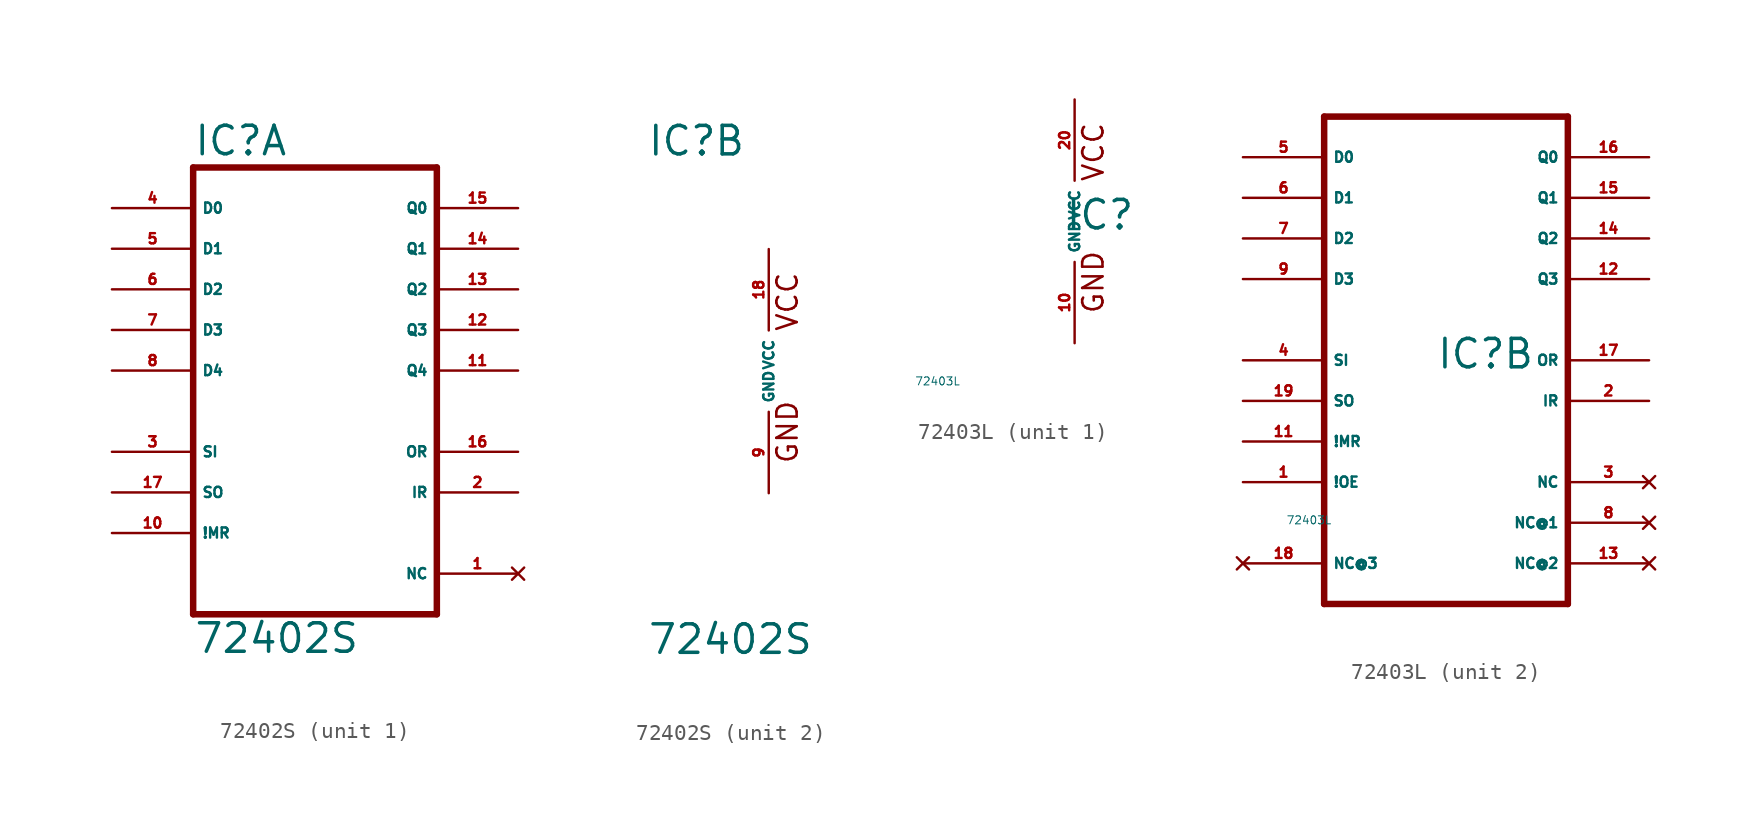
<source format=kicad_sym>
(kicad_symbol_lib
  (version 20220914)
  (generator Eagle2Kicad)
  (symbol "72402S"
    (property "Reference" "IC"
      (at -7.62 13.335 0)
      (effects (font (size 1.778 1.778) (thickness 0.22)) (justify left bottom)))
    (property "Value" "72402S"
      (at -7.62 -17.78 0)
      (effects (font (size 1.778 1.778) (thickness 0.22)) (justify left bottom)))
    (symbol "72402S_1_0"
      (polyline (pts (xy -7.62 -15.24) (xy 7.62 -15.24)) (stroke (width 0.406) (type default)) (fill (type none)))
      (polyline (pts (xy 7.62 -15.24) (xy 7.62 12.7)) (stroke (width 0.406) (type default)) (fill (type none)))
      (polyline (pts (xy 7.62 12.7) (xy -7.62 12.7)) (stroke (width 0.406) (type default)) (fill (type none)))
      (polyline (pts (xy -7.62 12.7) (xy -7.62 -15.24)) (stroke (width 0.406) (type default)) (fill (type none)))
      (pin input line (at -12.7 10.16 0) (length 5.08) (name "D0" (effects (font (size 0.635 0.635) (thickness 0.08)) (justify left bottom))) (number "4" (effects (font (size 0.635 0.635) (thickness 0.08)) (justify left bottom))))
      (pin input line (at -12.7 7.62 0) (length 5.08) (name "D1" (effects (font (size 0.635 0.635) (thickness 0.08)) (justify left bottom))) (number "5" (effects (font (size 0.635 0.635) (thickness 0.08)) (justify left bottom))))
      (pin input line (at -12.7 5.08 0) (length 5.08) (name "D2" (effects (font (size 0.635 0.635) (thickness 0.08)) (justify left bottom))) (number "6" (effects (font (size 0.635 0.635) (thickness 0.08)) (justify left bottom))))
      (pin input line (at -12.7 2.54 0) (length 5.08) (name "D3" (effects (font (size 0.635 0.635) (thickness 0.08)) (justify left bottom))) (number "7" (effects (font (size 0.635 0.635) (thickness 0.08)) (justify left bottom))))
      (pin input line (at -12.7 -5.08 0) (length 5.08) (name "SI" (effects (font (size 0.635 0.635) (thickness 0.08)) (justify left bottom))) (number "3" (effects (font (size 0.635 0.635) (thickness 0.08)) (justify left bottom))))
      (pin input line (at -12.7 -10.16 0) (length 5.08) (name "!MR" (effects (font (size 0.635 0.635) (thickness 0.08)) (justify left bottom))) (number "10" (effects (font (size 0.635 0.635) (thickness 0.08)) (justify left bottom))))
      (pin output line (at 12.7 10.16 180) (length 5.08) (name "Q0" (effects (font (size 0.635 0.635) (thickness 0.08)) (justify left bottom))) (number "15" (effects (font (size 0.635 0.635) (thickness 0.08)) (justify left bottom))))
      (pin output line (at 12.7 7.62 180) (length 5.08) (name "Q1" (effects (font (size 0.635 0.635) (thickness 0.08)) (justify left bottom))) (number "14" (effects (font (size 0.635 0.635) (thickness 0.08)) (justify left bottom))))
      (pin output line (at 12.7 5.08 180) (length 5.08) (name "Q2" (effects (font (size 0.635 0.635) (thickness 0.08)) (justify left bottom))) (number "13" (effects (font (size 0.635 0.635) (thickness 0.08)) (justify left bottom))))
      (pin output line (at 12.7 2.54 180) (length 5.08) (name "Q3" (effects (font (size 0.635 0.635) (thickness 0.08)) (justify left bottom))) (number "12" (effects (font (size 0.635 0.635) (thickness 0.08)) (justify left bottom))))
      (pin output line (at 12.7 -5.08 180) (length 5.08) (name "OR" (effects (font (size 0.635 0.635) (thickness 0.08)) (justify left bottom))) (number "16" (effects (font (size 0.635 0.635) (thickness 0.08)) (justify left bottom))))
      (pin no_connect line (at 12.7 -12.7 180) (length 5.08) (name "NC" (effects (font (size 0.635 0.635) (thickness 0.08)) (justify left bottom) hide)) (number "1" (effects (font (size 0.635 0.635) (thickness 0.08)) (justify left bottom) hide)))
      (pin input line (at -12.7 -7.62 0) (length 5.08) (name "SO" (effects (font (size 0.635 0.635) (thickness 0.08)) (justify left bottom))) (number "17" (effects (font (size 0.635 0.635) (thickness 0.08)) (justify left bottom))))
      (pin output line (at 12.7 -7.62 180) (length 5.08) (name "IR" (effects (font (size 0.635 0.635) (thickness 0.08)) (justify left bottom))) (number "2" (effects (font (size 0.635 0.635) (thickness 0.08)) (justify left bottom))))
      (pin input line (at -12.7 0 0) (length 5.08) (name "D4" (effects (font (size 0.635 0.635) (thickness 0.08)) (justify left bottom))) (number "8" (effects (font (size 0.635 0.635) (thickness 0.08)) (justify left bottom))))
      (pin output line (at 12.7 0 180) (length 5.08) (name "Q4" (effects (font (size 0.635 0.635) (thickness 0.08)) (justify left bottom))) (number "11" (effects (font (size 0.635 0.635) (thickness 0.08)) (justify left bottom)))))
    (symbol "72402S_2_0"
      (text "GND" (at 1.905 -5.842 900) (effects (font (size 1.27 1.27) (thickness 0.16)) (justify left bottom)))
      (text "VCC" (at 1.905 2.413 900) (effects (font (size 1.27 1.27) (thickness 0.16)) (justify left bottom)))
      (pin unspecified line (at 0 7.62 270) (length 5.08) (name "VCC" (effects (font (size 0.635 0.635) (thickness 0.08)) (justify left bottom))) (number "18" (effects (font (size 0.635 0.635) (thickness 0.08)) (justify left bottom))))
      (pin unspecified line (at 0 -7.62 90) (length 5.08) (name "GND" (effects (font (size 0.635 0.635) (thickness 0.08)) (justify left bottom))) (number "9" (effects (font (size 0.635 0.635) (thickness 0.08)) (justify left bottom))))))
  (symbol "72403L"
    (property "Reference" "IC"
      (at -0.635 -0.635 0)
      (effects (font (size 1.778 1.778) (thickness 0.22)) (justify left bottom)))
    (property "Value" "72403L"
      (at -10 -10 0)
      (effects (font (size 0.5 0.5) (thickness 0.06)) (justify left)))
    (symbol "72403L_1_0"
      (text "GND" (at 1.905 -5.842 900) (effects (font (size 1.27 1.27) (thickness 0.16)) (justify left bottom)))
      (text "VCC" (at 1.905 2.413 900) (effects (font (size 1.27 1.27) (thickness 0.16)) (justify left bottom)))
      (pin unspecified line (at 0 7.62 270) (length 5.08) (name "VCC" (effects (font (size 0.635 0.635) (thickness 0.08)) (justify left bottom))) (number "20" (effects (font (size 0.635 0.635) (thickness 0.08)) (justify left bottom))))
      (pin unspecified line (at 0 -7.62 90) (length 5.08) (name "GND" (effects (font (size 0.635 0.635) (thickness 0.08)) (justify left bottom))) (number "10" (effects (font (size 0.635 0.635) (thickness 0.08)) (justify left bottom)))))
    (symbol "72403L_2_0"
      (polyline (pts (xy -7.62 -15.24) (xy 7.62 -15.24)) (stroke (width 0.406) (type default)) (fill (type none)))
      (polyline (pts (xy 7.62 -15.24) (xy 7.62 15.24)) (stroke (width 0.406) (type default)) (fill (type none)))
      (polyline (pts (xy 7.62 15.24) (xy -7.62 15.24)) (stroke (width 0.406) (type default)) (fill (type none)))
      (polyline (pts (xy -7.62 15.24) (xy -7.62 -15.24)) (stroke (width 0.406) (type default)) (fill (type none)))
      (pin input line (at -12.7 12.7 0) (length 5.08) (name "D0" (effects (font (size 0.635 0.635) (thickness 0.08)) (justify left bottom))) (number "5" (effects (font (size 0.635 0.635) (thickness 0.08)) (justify left bottom))))
      (pin input line (at -12.7 10.16 0) (length 5.08) (name "D1" (effects (font (size 0.635 0.635) (thickness 0.08)) (justify left bottom))) (number "6" (effects (font (size 0.635 0.635) (thickness 0.08)) (justify left bottom))))
      (pin input line (at -12.7 7.62 0) (length 5.08) (name "D2" (effects (font (size 0.635 0.635) (thickness 0.08)) (justify left bottom))) (number "7" (effects (font (size 0.635 0.635) (thickness 0.08)) (justify left bottom))))
      (pin input line (at -12.7 5.08 0) (length 5.08) (name "D3" (effects (font (size 0.635 0.635) (thickness 0.08)) (justify left bottom))) (number "9" (effects (font (size 0.635 0.635) (thickness 0.08)) (justify left bottom))))
      (pin input line (at -12.7 0 0) (length 5.08) (name "SI" (effects (font (size 0.635 0.635) (thickness 0.08)) (justify left bottom))) (number "4" (effects (font (size 0.635 0.635) (thickness 0.08)) (justify left bottom))))
      (pin input line (at -12.7 -5.08 0) (length 5.08) (name "!MR" (effects (font (size 0.635 0.635) (thickness 0.08)) (justify left bottom))) (number "11" (effects (font (size 0.635 0.635) (thickness 0.08)) (justify left bottom))))
      (pin output line (at 12.7 12.7 180) (length 5.08) (name "Q0" (effects (font (size 0.635 0.635) (thickness 0.08)) (justify left bottom))) (number "16" (effects (font (size 0.635 0.635) (thickness 0.08)) (justify left bottom))))
      (pin output line (at 12.7 10.16 180) (length 5.08) (name "Q1" (effects (font (size 0.635 0.635) (thickness 0.08)) (justify left bottom))) (number "15" (effects (font (size 0.635 0.635) (thickness 0.08)) (justify left bottom))))
      (pin output line (at 12.7 7.62 180) (length 5.08) (name "Q2" (effects (font (size 0.635 0.635) (thickness 0.08)) (justify left bottom))) (number "14" (effects (font (size 0.635 0.635) (thickness 0.08)) (justify left bottom))))
      (pin output line (at 12.7 5.08 180) (length 5.08) (name "Q3" (effects (font (size 0.635 0.635) (thickness 0.08)) (justify left bottom))) (number "12" (effects (font (size 0.635 0.635) (thickness 0.08)) (justify left bottom))))
      (pin output line (at 12.7 0 180) (length 5.08) (name "OR" (effects (font (size 0.635 0.635) (thickness 0.08)) (justify left bottom))) (number "17" (effects (font (size 0.635 0.635) (thickness 0.08)) (justify left bottom))))
      (pin no_connect line (at 12.7 -7.62 180) (length 5.08) (name "NC" (effects (font (size 0.635 0.635) (thickness 0.08)) (justify left bottom) hide)) (number "3" (effects (font (size 0.635 0.635) (thickness 0.08)) (justify left bottom) hide)))
      (pin input line (at -12.7 -2.54 0) (length 5.08) (name "SO" (effects (font (size 0.635 0.635) (thickness 0.08)) (justify left bottom))) (number "19" (effects (font (size 0.635 0.635) (thickness 0.08)) (justify left bottom))))
      (pin output line (at 12.7 -2.54 180) (length 5.08) (name "IR" (effects (font (size 0.635 0.635) (thickness 0.08)) (justify left bottom))) (number "2" (effects (font (size 0.635 0.635) (thickness 0.08)) (justify left bottom))))
      (pin no_connect line (at 12.7 -10.16 180) (length 5.08) (name "NC@1" (effects (font (size 0.635 0.635) (thickness 0.08)) (justify left bottom) hide)) (number "8" (effects (font (size 0.635 0.635) (thickness 0.08)) (justify left bottom) hide)))
      (pin no_connect line (at 12.7 -12.7 180) (length 5.08) (name "NC@2" (effects (font (size 0.635 0.635) (thickness 0.08)) (justify left bottom) hide)) (number "13" (effects (font (size 0.635 0.635) (thickness 0.08)) (justify left bottom) hide)))
      (pin no_connect line (at -12.7 -12.7 0) (length 5.08) (name "NC@3" (effects (font (size 0.635 0.635) (thickness 0.08)) (justify left bottom) hide)) (number "18" (effects (font (size 0.635 0.635) (thickness 0.08)) (justify left bottom) hide)))
      (pin input line (at -12.7 -7.62 0) (length 5.08) (name "!OE" (effects (font (size 0.635 0.635) (thickness 0.08)) (justify left bottom))) (number "1" (effects (font (size 0.635 0.635) (thickness 0.08)) (justify left bottom)))))))
</source>
